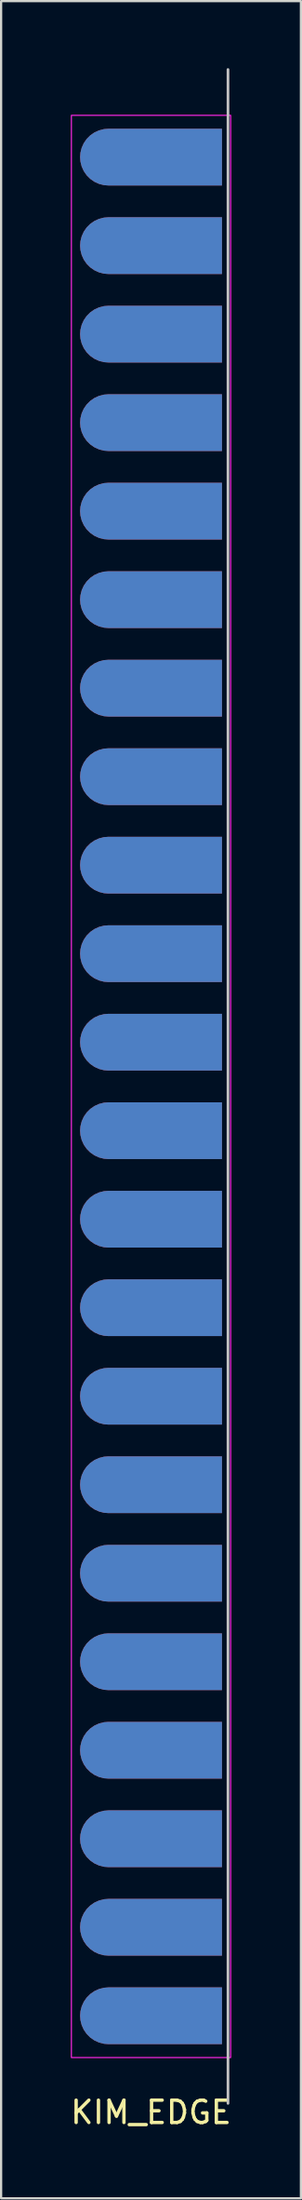
<source format=kicad_pcb>
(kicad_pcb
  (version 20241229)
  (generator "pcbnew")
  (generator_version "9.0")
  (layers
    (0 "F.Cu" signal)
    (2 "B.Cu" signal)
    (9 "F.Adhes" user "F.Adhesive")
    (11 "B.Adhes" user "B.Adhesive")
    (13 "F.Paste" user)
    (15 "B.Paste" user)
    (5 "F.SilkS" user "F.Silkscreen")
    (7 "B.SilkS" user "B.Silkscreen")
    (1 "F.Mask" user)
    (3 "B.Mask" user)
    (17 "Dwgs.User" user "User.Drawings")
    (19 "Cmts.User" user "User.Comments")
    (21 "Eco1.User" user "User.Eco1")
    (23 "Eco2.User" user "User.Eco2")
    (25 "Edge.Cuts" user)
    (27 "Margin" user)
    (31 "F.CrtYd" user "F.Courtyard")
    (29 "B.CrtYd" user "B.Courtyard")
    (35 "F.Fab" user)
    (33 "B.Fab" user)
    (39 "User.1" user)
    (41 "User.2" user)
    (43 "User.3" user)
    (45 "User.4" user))
  (footprint "KIM_EDGE"
    (layer "F.Cu")
    (at 3.72 45.56)
    (property "Reference" "KIM_EDGE" (at 0 45.9 0) (layer "F.SilkS") (effects (font (size 1 1) (thickness 0.15))))
    (attr smd)
    (fp_line (start 3.45 -45.5) (end 3.45 45.5) (stroke (width 0.12) (type solid)) (layer "Dwgs.User"))
    (fp_rect (start 3.57 -43.45) (end -3.57 43.45) (stroke (width 0.05) (type default)) (fill no) (layer "F.CrtYd"))
    (pad "1" connect roundrect (at 0 -41.58 270) (size 2.54 6.36) (layers "F.Cu" "F.Mask") (roundrect_rratio 0.5) (chamfer_ratio 0) (chamfer top_left top_right))
    (pad "2" connect roundrect (at 0 -37.62 270) (size 2.54 6.36) (layers "F.Cu" "F.Mask") (roundrect_rratio 0.5) (chamfer_ratio 0) (chamfer top_left top_right))
    (pad "3" connect roundrect (at 0 -33.66 270) (size 2.54 6.36) (layers "F.Cu" "F.Mask") (roundrect_rratio 0.5) (chamfer_ratio 0) (chamfer top_left top_right))
    (pad "4" connect roundrect (at 0 -29.7 270) (size 2.54 6.36) (layers "F.Cu" "F.Mask") (roundrect_rratio 0.5) (chamfer_ratio 0) (chamfer top_left top_right))
    (pad "5" connect roundrect (at 0 -25.74 270) (size 2.54 6.36) (layers "F.Cu" "F.Mask") (roundrect_rratio 0.5) (chamfer_ratio 0) (chamfer top_left top_right))
    (pad "6" connect roundrect (at 0 -21.78 270) (size 2.54 6.36) (layers "F.Cu" "F.Mask") (roundrect_rratio 0.5) (chamfer_ratio 0) (chamfer top_left top_right))
    (pad "7" connect roundrect (at 0 -17.82 270) (size 2.54 6.36) (layers "F.Cu" "F.Mask") (roundrect_rratio 0.5) (chamfer_ratio 0) (chamfer top_left top_right))
    (pad "8" connect roundrect (at 0 -13.86 270) (size 2.54 6.36) (layers "F.Cu" "F.Mask") (roundrect_rratio 0.5) (chamfer_ratio 0) (chamfer top_left top_right))
    (pad "9" connect roundrect (at 0 -9.9 270) (size 2.54 6.36) (layers "F.Cu" "F.Mask") (roundrect_rratio 0.5) (chamfer_ratio 0) (chamfer top_left top_right))
    (pad "10" connect roundrect (at 0 -5.94 270) (size 2.54 6.36) (layers "F.Cu" "F.Mask") (roundrect_rratio 0.5) (chamfer_ratio 0) (chamfer top_left top_right))
    (pad "11" connect roundrect (at 0 -1.98 270) (size 2.54 6.36) (layers "F.Cu" "F.Mask") (roundrect_rratio 0.5) (chamfer_ratio 0) (chamfer top_left top_right))
    (pad "12" connect roundrect (at 0 1.98 270) (size 2.54 6.36) (layers "F.Cu" "F.Mask") (roundrect_rratio 0.5) (chamfer_ratio 0) (chamfer top_left top_right))
    (pad "13" connect roundrect (at 0 5.94 270) (size 2.54 6.36) (layers "F.Cu" "F.Mask") (roundrect_rratio 0.5) (chamfer_ratio 0) (chamfer top_left top_right))
    (pad "14" connect roundrect (at 0 9.9 270) (size 2.54 6.36) (layers "F.Cu" "F.Mask") (roundrect_rratio 0.5) (chamfer_ratio 0) (chamfer top_left top_right))
    (pad "15" connect roundrect (at 0 13.86 270) (size 2.54 6.36) (layers "F.Cu" "F.Mask") (roundrect_rratio 0.5) (chamfer_ratio 0) (chamfer top_left top_right))
    (pad "16" connect roundrect (at 0 17.82 270) (size 2.54 6.36) (layers "F.Cu" "F.Mask") (roundrect_rratio 0.5) (chamfer_ratio 0) (chamfer top_left top_right))
    (pad "17" connect roundrect (at 0 21.78 270) (size 2.54 6.36) (layers "F.Cu" "F.Mask") (roundrect_rratio 0.5) (chamfer_ratio 0) (chamfer top_left top_right))
    (pad "18" connect roundrect (at 0 25.74 270) (size 2.54 6.36) (layers "F.Cu" "F.Mask") (roundrect_rratio 0.5) (chamfer_ratio 0) (chamfer top_left top_right))
    (pad "19" connect roundrect (at 0 29.7 270) (size 2.54 6.36) (layers "F.Cu" "F.Mask") (roundrect_rratio 0.5) (chamfer_ratio 0) (chamfer top_left top_right))
    (pad "20" connect roundrect (at 0 33.66 270) (size 2.54 6.36) (layers "F.Cu" "F.Mask") (roundrect_rratio 0.5) (chamfer_ratio 0) (chamfer top_left top_right))
    (pad "21" connect roundrect (at 0 37.62 270) (size 2.54 6.36) (layers "F.Cu" "F.Mask") (roundrect_rratio 0.5) (chamfer_ratio 0) (chamfer top_left top_right))
    (pad "22" connect roundrect (at 0 41.58 270) (size 2.54 6.36) (layers "F.Cu" "F.Mask") (roundrect_rratio 0.5) (chamfer_ratio 0) (chamfer top_left top_right))
    (pad "A" connect roundrect (at 0 -41.58 270) (size 2.54 6.36) (layers "B.Cu" "B.Mask") (roundrect_rratio 0.5) (chamfer_ratio 0) (chamfer top_left top_right))
    (pad "B" connect roundrect (at 0 -37.62 270) (size 2.54 6.36) (layers "B.Cu" "B.Mask") (roundrect_rratio 0.5) (chamfer_ratio 0) (chamfer top_left top_right))
    (pad "C" connect roundrect (at 0 -33.66 270) (size 2.54 6.36) (layers "B.Cu" "B.Mask") (roundrect_rratio 0.5) (chamfer_ratio 0) (chamfer top_left top_right))
    (pad "D" connect roundrect (at 0 -29.7 270) (size 2.54 6.36) (layers "B.Cu" "B.Mask") (roundrect_rratio 0.5) (chamfer_ratio 0) (chamfer top_left top_right))
    (pad "E" connect roundrect (at 0 -25.74 270) (size 2.54 6.36) (layers "B.Cu" "B.Mask") (roundrect_rratio 0.5) (chamfer_ratio 0) (chamfer top_left top_right))
    (pad "F" connect roundrect (at 0 -21.78 270) (size 2.54 6.36) (layers "B.Cu" "B.Mask") (roundrect_rratio 0.5) (chamfer_ratio 0) (chamfer top_left top_right))
    (pad "H" connect roundrect (at 0 -17.82 270) (size 2.54 6.36) (layers "B.Cu" "B.Mask") (roundrect_rratio 0.5) (chamfer_ratio 0) (chamfer top_left top_right))
    (pad "J" connect roundrect (at 0 -13.86 270) (size 2.54 6.36) (layers "B.Cu" "B.Mask") (roundrect_rratio 0.5) (chamfer_ratio 0) (chamfer top_left top_right))
    (pad "K" connect roundrect (at 0 -9.9 270) (size 2.54 6.36) (layers "B.Cu" "B.Mask") (roundrect_rratio 0.5) (chamfer_ratio 0) (chamfer top_left top_right))
    (pad "L" connect roundrect (at 0 -5.94 270) (size 2.54 6.36) (layers "B.Cu" "B.Mask") (roundrect_rratio 0.5) (chamfer_ratio 0) (chamfer top_left top_right))
    (pad "M" connect roundrect (at 0 -1.98 270) (size 2.54 6.36) (layers "B.Cu" "B.Mask") (roundrect_rratio 0.5) (chamfer_ratio 0) (chamfer top_left top_right))
    (pad "N" connect roundrect (at 0 1.98 270) (size 2.54 6.36) (layers "B.Cu" "B.Mask") (roundrect_rratio 0.5) (chamfer_ratio 0) (chamfer top_left top_right))
    (pad "P" connect roundrect (at 0 5.94 270) (size 2.54 6.36) (layers "B.Cu" "B.Mask") (roundrect_rratio 0.5) (chamfer_ratio 0) (chamfer top_left top_right))
    (pad "R" connect roundrect (at 0 9.9 270) (size 2.54 6.36) (layers "B.Cu" "B.Mask") (roundrect_rratio 0.5) (chamfer_ratio 0) (chamfer top_left top_right))
    (pad "S" connect roundrect (at 0 13.86 270) (size 2.54 6.36) (layers "B.Cu" "B.Mask") (roundrect_rratio 0.5) (chamfer_ratio 0) (chamfer top_left top_right))
    (pad "T" connect roundrect (at 0 17.82 270) (size 2.54 6.36) (layers "B.Cu" "B.Mask") (roundrect_rratio 0.5) (chamfer_ratio 0) (chamfer top_left top_right))
    (pad "U" connect roundrect (at 0 21.78 270) (size 2.54 6.36) (layers "B.Cu" "B.Mask") (roundrect_rratio 0.5) (chamfer_ratio 0) (chamfer top_left top_right))
    (pad "V" connect roundrect (at 0 25.74 270) (size 2.54 6.36) (layers "B.Cu" "B.Mask") (roundrect_rratio 0.5) (chamfer_ratio 0) (chamfer top_left top_right))
    (pad "W" connect roundrect (at 0 29.7 270) (size 2.54 6.36) (layers "B.Cu" "B.Mask") (roundrect_rratio 0.5) (chamfer_ratio 0) (chamfer top_left top_right))
    (pad "X" connect roundrect (at 0 33.66 270) (size 2.54 6.36) (layers "B.Cu" "B.Mask") (roundrect_rratio 0.5) (chamfer_ratio 0) (chamfer top_left top_right))
    (pad "Y" connect roundrect (at 0 37.62 270) (size 2.54 6.36) (layers "B.Cu" "B.Mask") (roundrect_rratio 0.5) (chamfer_ratio 0) (chamfer top_left top_right))
    (pad "Z" connect roundrect (at 0 41.58 270) (size 2.54 6.36) (layers "B.Cu" "B.Mask") (roundrect_rratio 0.5) (chamfer_ratio 0) (chamfer top_left top_right)))
  (gr_rect
    (start -3 -3)
    (end 10.44 95.308)
    (stroke (width 0.1) (type default))
    (fill no)
    (layer "Edge.Cuts")))
</source>
